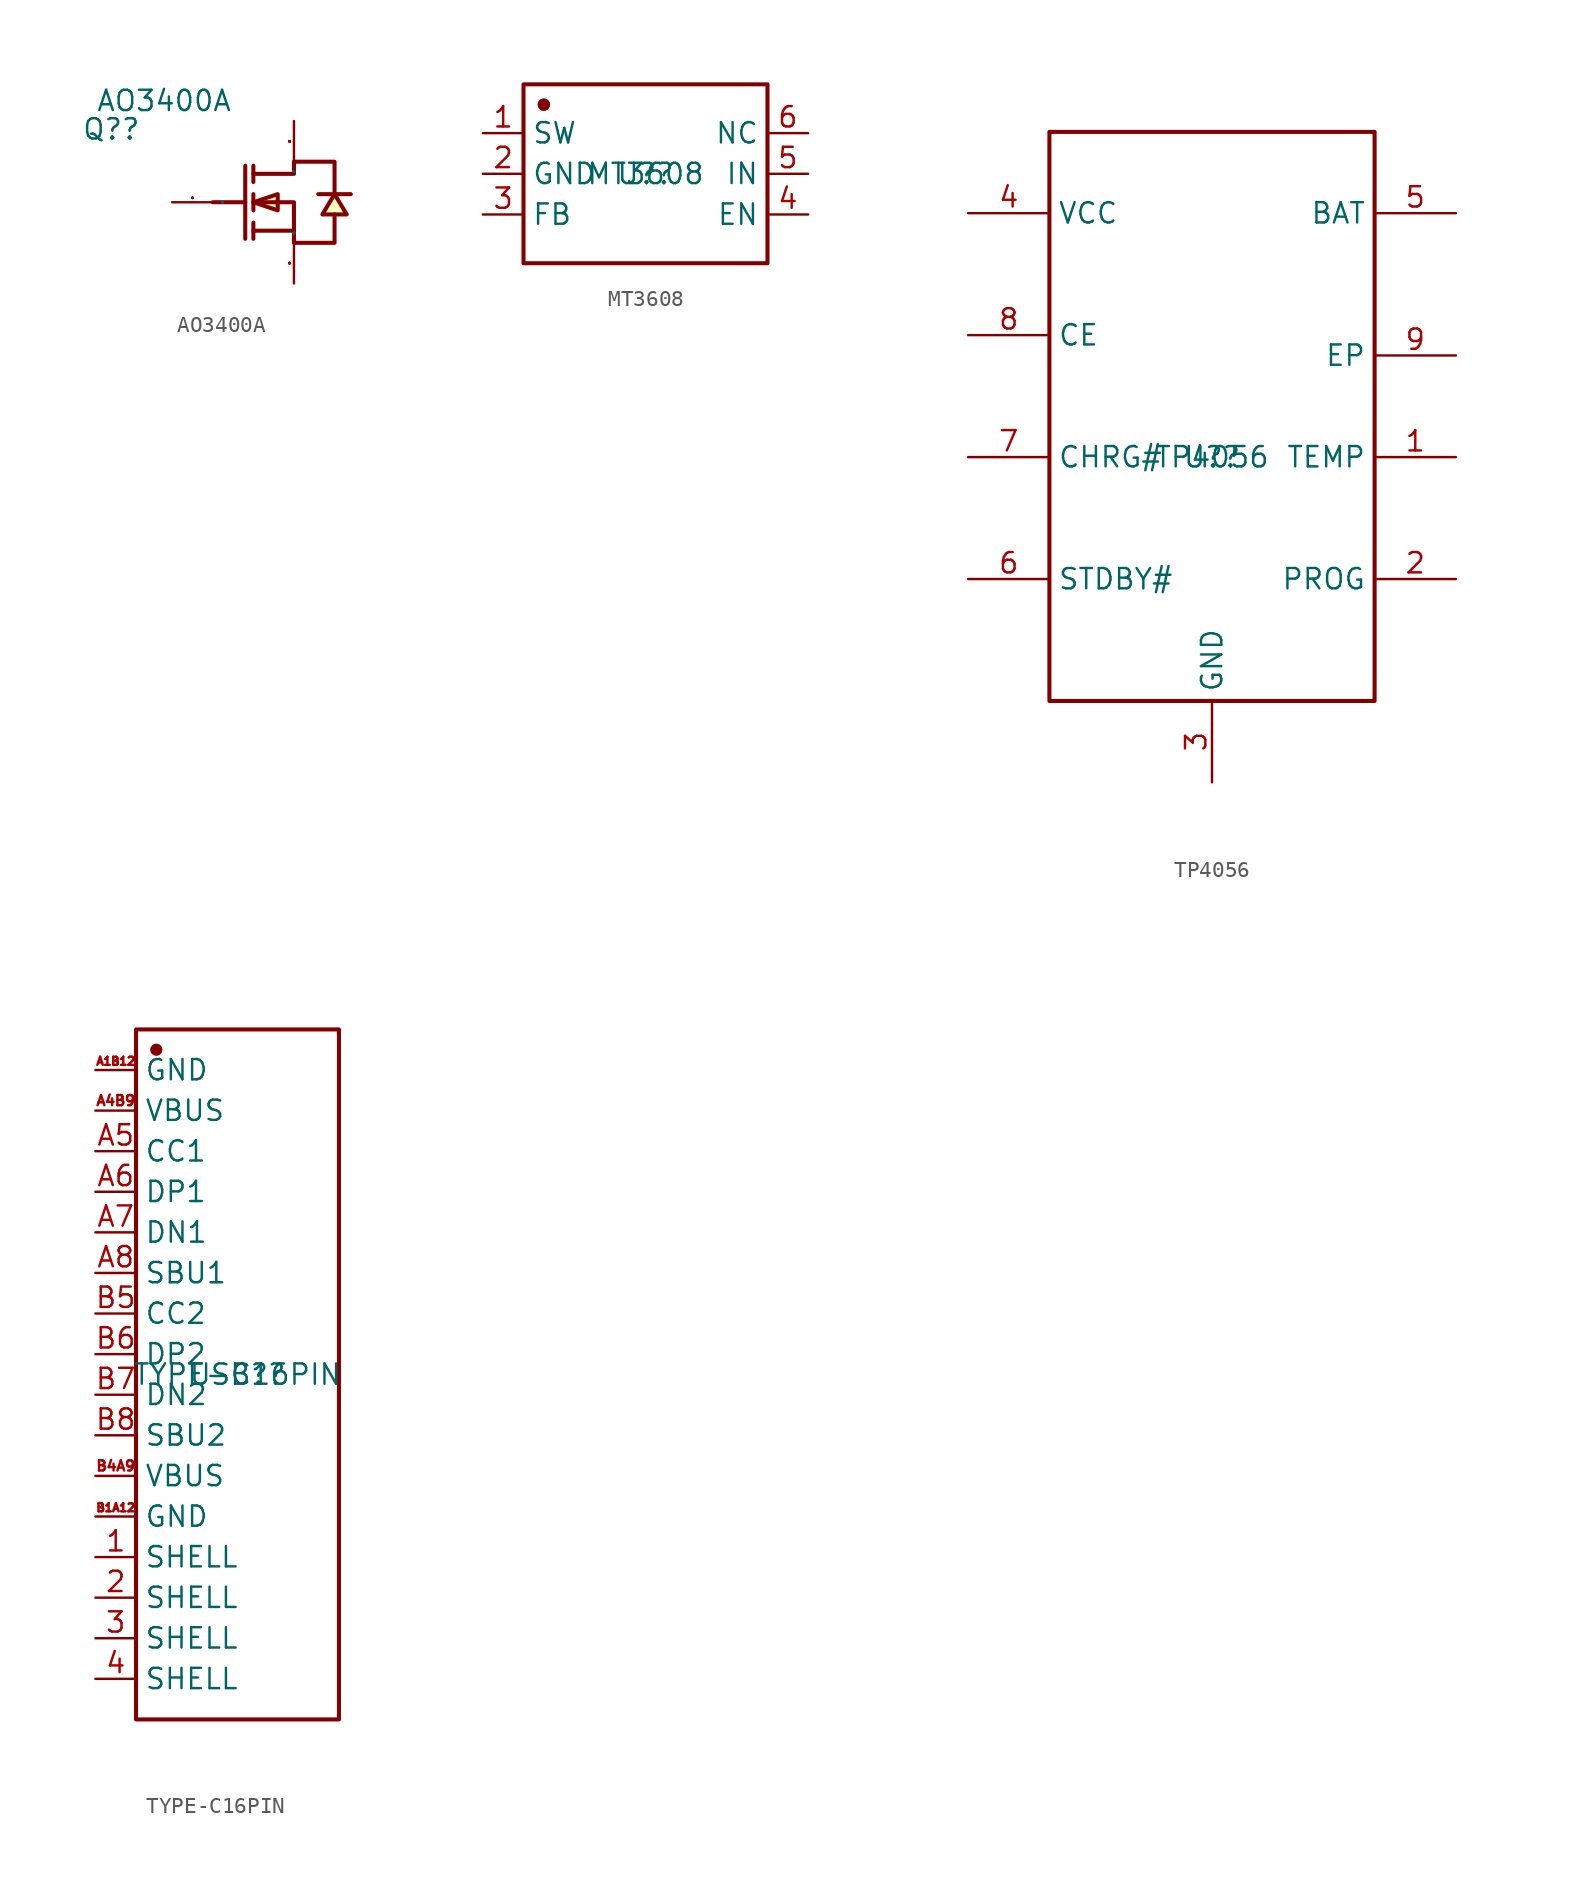
<source format=kicad_sym>
(kicad_symbol_lib
  (version 20241209)
  (generator "kicad_symbol_editor")
  (generator_version "9.0")
  (symbol "AO3400A"
    (property "Reference" "Q?"
      (at -8.89 4.572 0)
      (effects (font (size 1.27 1.27))))
    (property "Value" "AO3400A"
      (at -5.588 6.35 0)
      (effects (font (size 1.27 1.27))))
    (symbol "AO3400A_0_0"
      (polyline (pts (xy -2.54 0) (xy -0.508 0)) (stroke (width 0.254) (type solid)) (fill (type none)))
      (polyline (pts (xy -0.508 2.286) (xy -0.508 -2.286)) (stroke (width 0.254) (type solid)) (fill (type none)))
      (polyline (pts (xy 0 2.286) (xy 0 1.27)) (stroke (width 0.254) (type solid)) (fill (type none)))
      (polyline (pts (xy 0 1.778) (xy 2.54 1.778) (xy 2.54 2.54) (xy 5.08 2.54) (xy 5.08 0.508)) (stroke (width 0.254) (type solid)) (fill (type none)))
      (polyline (pts (xy 0 0) (xy 1.524 -0.508) (xy 1.524 0.508) (xy 0 0)) (stroke (width 0.254) (type solid)) (fill (type background)))
      (polyline (pts (xy 0 0) (xy 2.54 0) (xy 2.54 -2.54) (xy 5.08 -2.54) (xy 5.08 -0.762)) (stroke (width 0.254) (type solid)) (fill (type none)))
      (polyline (pts (xy 0 -0.508) (xy 0 0.508)) (stroke (width 0.254) (type solid)) (fill (type none)))
      (polyline (pts (xy 0 -2.286) (xy 0 -1.27)) (stroke (width 0.254) (type solid)) (fill (type none)))
      (polyline (pts (xy 2.54 -1.778) (xy 0 -1.778)) (stroke (width 0.254) (type solid)) (fill (type none)))
      (polyline (pts (xy 5.08 0.508) (xy 4.318 -0.762) (xy 5.842 -0.762) (xy 5.08 0.508)) (stroke (width 0.254) (type solid)) (fill (type background)))
      (polyline (pts (xy 6.096 0.508) (xy 5.588 0.508) (xy 4.572 0.508) (xy 4.064 0.508)) (stroke (width 0.254) (type solid)) (fill (type none)))
      (pin unspecified line (at -5.08 0 0) (length 2.54) (name "G" (effects (font (size 0.025 0.025)))) (number "1" (effects (font (size 0.025 0.025)))))
      (pin unspecified line (at 2.54 5.08 270) (length 2.54) (name "D" (effects (font (size 0.025 0.025)))) (number "3" (effects (font (size 0.025 0.025)))))
      (pin unspecified line (at 2.54 -5.08 90) (length 2.54) (name "S" (effects (font (size 0.025 0.025)))) (number "2" (effects (font (size 0.025 0.025)))))))
  (symbol "MT3608"
    (property "Reference" "U?"
      (at 0 0 0)
      (effects (font (size 1.27 1.27))))
    (property "Value" "MT3608"
      (at 0 0 0)
      (effects (font (size 1.27 1.27))))
    (symbol "MT3608_0_0"
      (rectangle (start -7.62 5.588) (end 7.62 -5.588) (stroke (width 0.254) (type solid)) (fill (type none)))
      (circle (center -6.35 4.318) (radius 0.254) (stroke (width 0.254) (type solid)) (fill (type outline)))
      (circle (center -6.35 4.318) (radius 0.254) (stroke (width 0.254) (type solid)) (fill (type outline)))
      (pin unspecified line (at -10.16 2.54 0) (length 2.54) (name "SW" (effects (font (size 1.27 1.27)))) (number "1" (effects (font (size 1.27 1.27)))))
      (pin unspecified line (at -10.16 0 0) (length 2.54) (name "GND" (effects (font (size 1.27 1.27)))) (number "2" (effects (font (size 1.27 1.27)))))
      (pin unspecified line (at -10.16 -2.54 0) (length 2.54) (name "FB" (effects (font (size 1.27 1.27)))) (number "3" (effects (font (size 1.27 1.27)))))
      (pin unspecified line (at 10.16 2.54 180) (length 2.54) (name "NC" (effects (font (size 1.27 1.27)))) (number "6" (effects (font (size 1.27 1.27)))))
      (pin unspecified line (at 10.16 0 180) (length 2.54) (name "IN" (effects (font (size 1.27 1.27)))) (number "5" (effects (font (size 1.27 1.27)))))
      (pin unspecified line (at 10.16 -2.54 180) (length 2.54) (name "EN" (effects (font (size 1.27 1.27)))) (number "4" (effects (font (size 1.27 1.27)))))))
  (symbol "TP4056"
    (property "Reference" "U?"
      (at 0 0 0)
      (effects (font (size 1.27 1.27))))
    (property "Value" "TP4056"
      (at 0 0 0)
      (effects (font (size 1.27 1.27))))
    (symbol "TP4056_0_0"
      (rectangle (start -10.16 20.32) (end 10.16 -15.24) (stroke (width 0.254) (type solid)) (fill (type none)))
      (pin unspecified line (at -15.24 15.24 0) (length 5.08) (name "VCC" (effects (font (size 1.27 1.27)))) (number "4" (effects (font (size 1.27 1.27)))))
      (pin unspecified line (at -15.24 7.62 0) (length 5.08) (name "CE" (effects (font (size 1.27 1.27)))) (number "8" (effects (font (size 1.27 1.27)))))
      (pin unspecified line (at -15.24 0 0) (length 5.08) (name "CHRG#" (effects (font (size 1.27 1.27)))) (number "7" (effects (font (size 1.27 1.27)))))
      (pin unspecified line (at -15.24 -7.62 0) (length 5.08) (name "STDBY#" (effects (font (size 1.27 1.27)))) (number "6" (effects (font (size 1.27 1.27)))))
      (pin unspecified line (at 0 -20.32 90) (length 5.08) (name "GND" (effects (font (size 1.27 1.27)))) (number "3" (effects (font (size 1.27 1.27)))))
      (pin unspecified line (at 15.24 15.24 180) (length 5.08) (name "BAT" (effects (font (size 1.27 1.27)))) (number "5" (effects (font (size 1.27 1.27)))))
      (pin unspecified line (at 15.24 6.35 180) (length 5.08) (name "EP" (effects (font (size 1.27 1.27)))) (number "9" (effects (font (size 1.27 1.27)))))
      (pin unspecified line (at 15.24 0 180) (length 5.08) (name "TEMP" (effects (font (size 1.27 1.27)))) (number "1" (effects (font (size 1.27 1.27)))))
      (pin unspecified line (at 15.24 -7.62 180) (length 5.08) (name "PROG" (effects (font (size 1.27 1.27)))) (number "2" (effects (font (size 1.27 1.27)))))))
  (symbol "TYPE-C16PIN"
    (property "Reference" "USB?"
      (at 0 0 0)
      (effects (font (size 1.27 1.27))))
    (property "Value" "TYPE-C16PIN"
      (at 0 0 0)
      (effects (font (size 1.27 1.27))))
    (symbol "TYPE-C16PIN_0_0"
      (rectangle (start -6.35 21.59) (end 6.35 -21.59) (stroke (width 0.254) (type solid)) (fill (type none)))
      (circle (center -5.08 20.32) (radius 0.254) (stroke (width 0.254) (type solid)) (fill (type outline)))
      (pin unspecified line (at -8.89 19.05 0) (length 2.54) (name "GND" (effects (font (size 1.27 1.27)))) (number "A1B12" (effects (font (size 0.508 0.508)))))
      (pin unspecified line (at -8.89 16.51 0) (length 2.54) (name "VBUS" (effects (font (size 1.27 1.27)))) (number "A4B9" (effects (font (size 0.635 0.635)))))
      (pin unspecified line (at -8.89 13.97 0) (length 2.54) (name "CC1" (effects (font (size 1.27 1.27)))) (number "A5" (effects (font (size 1.27 1.27)))))
      (pin unspecified line (at -8.89 11.43 0) (length 2.54) (name "DP1" (effects (font (size 1.27 1.27)))) (number "A6" (effects (font (size 1.27 1.27)))))
      (pin unspecified line (at -8.89 8.89 0) (length 2.54) (name "DN1" (effects (font (size 1.27 1.27)))) (number "A7" (effects (font (size 1.27 1.27)))))
      (pin unspecified line (at -8.89 6.35 0) (length 2.54) (name "SBU1" (effects (font (size 1.27 1.27)))) (number "A8" (effects (font (size 1.27 1.27)))))
      (pin unspecified line (at -8.89 3.81 0) (length 2.54) (name "CC2" (effects (font (size 1.27 1.27)))) (number "B5" (effects (font (size 1.27 1.27)))))
      (pin unspecified line (at -8.89 1.27 0) (length 2.54) (name "DP2" (effects (font (size 1.27 1.27)))) (number "B6" (effects (font (size 1.27 1.27)))))
      (pin unspecified line (at -8.89 -1.27 0) (length 2.54) (name "DN2" (effects (font (size 1.27 1.27)))) (number "B7" (effects (font (size 1.27 1.27)))))
      (pin unspecified line (at -8.89 -3.81 0) (length 2.54) (name "SBU2" (effects (font (size 1.27 1.27)))) (number "B8" (effects (font (size 1.27 1.27)))))
      (pin unspecified line (at -8.89 -6.35 0) (length 2.54) (name "VBUS" (effects (font (size 1.27 1.27)))) (number "B4A9" (effects (font (size 0.635 0.635)))))
      (pin unspecified line (at -8.89 -8.89 0) (length 2.54) (name "GND" (effects (font (size 1.27 1.27)))) (number "B1A12" (effects (font (size 0.508 0.508)))))
      (pin unspecified line (at -8.89 -11.43 0) (length 2.54) (name "SHELL" (effects (font (size 1.27 1.27)))) (number "1" (effects (font (size 1.27 1.27)))))
      (pin unspecified line (at -8.89 -13.97 0) (length 2.54) (name "SHELL" (effects (font (size 1.27 1.27)))) (number "2" (effects (font (size 1.27 1.27)))))
      (pin unspecified line (at -8.89 -16.51 0) (length 2.54) (name "SHELL" (effects (font (size 1.27 1.27)))) (number "3" (effects (font (size 1.27 1.27)))))
      (pin unspecified line (at -8.89 -19.05 0) (length 2.54) (name "SHELL" (effects (font (size 1.27 1.27)))) (number "4" (effects (font (size 1.27 1.27))))))))
</source>
